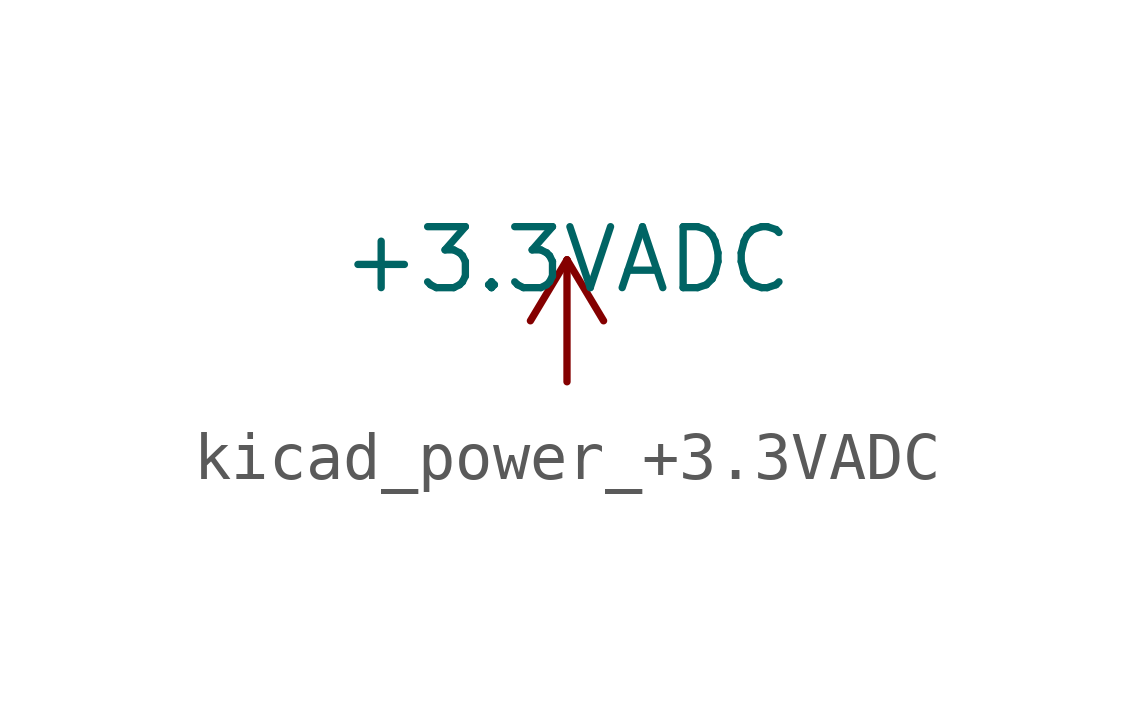
<source format=kicad_sym>
(kicad_symbol_lib
  (version 20220914)
  (generator kicad_symbol_editor)
  (symbol "kicad_power_+3.3VADC"
    (power)
    (pin_names
      (offset 0))
    (property "Reference" "#PWR"
      (at 3.81 -1.27 0)
      (effects (font (size 1.27 1.27)) hide))
    (property "Value" "+3.3VADC"
      (at 0 2.54 0)
      (effects (font (size 1.27 1.27))))
    (symbol "kicad_power_+3.3VADC_0_0"
      (pin power_in line (at 0 0 90) (length 0) hide (name "+3.3VADC" (effects (font (size 1.27 1.27)))) (number "1" (effects (font (size 1.27 1.27))))))
    (symbol "kicad_power_+3.3VADC_0_1"
      (polyline (pts (xy -0.762 1.27) (xy 0 2.54)) (stroke (width 0) (type default)) (fill (type none)))
      (polyline (pts (xy 0 0) (xy 0 2.54)) (stroke (width 0) (type default)) (fill (type none)))
      (polyline (pts (xy 0 2.54) (xy 0.762 1.27)) (stroke (width 0) (type default)) (fill (type none))))))
</source>
